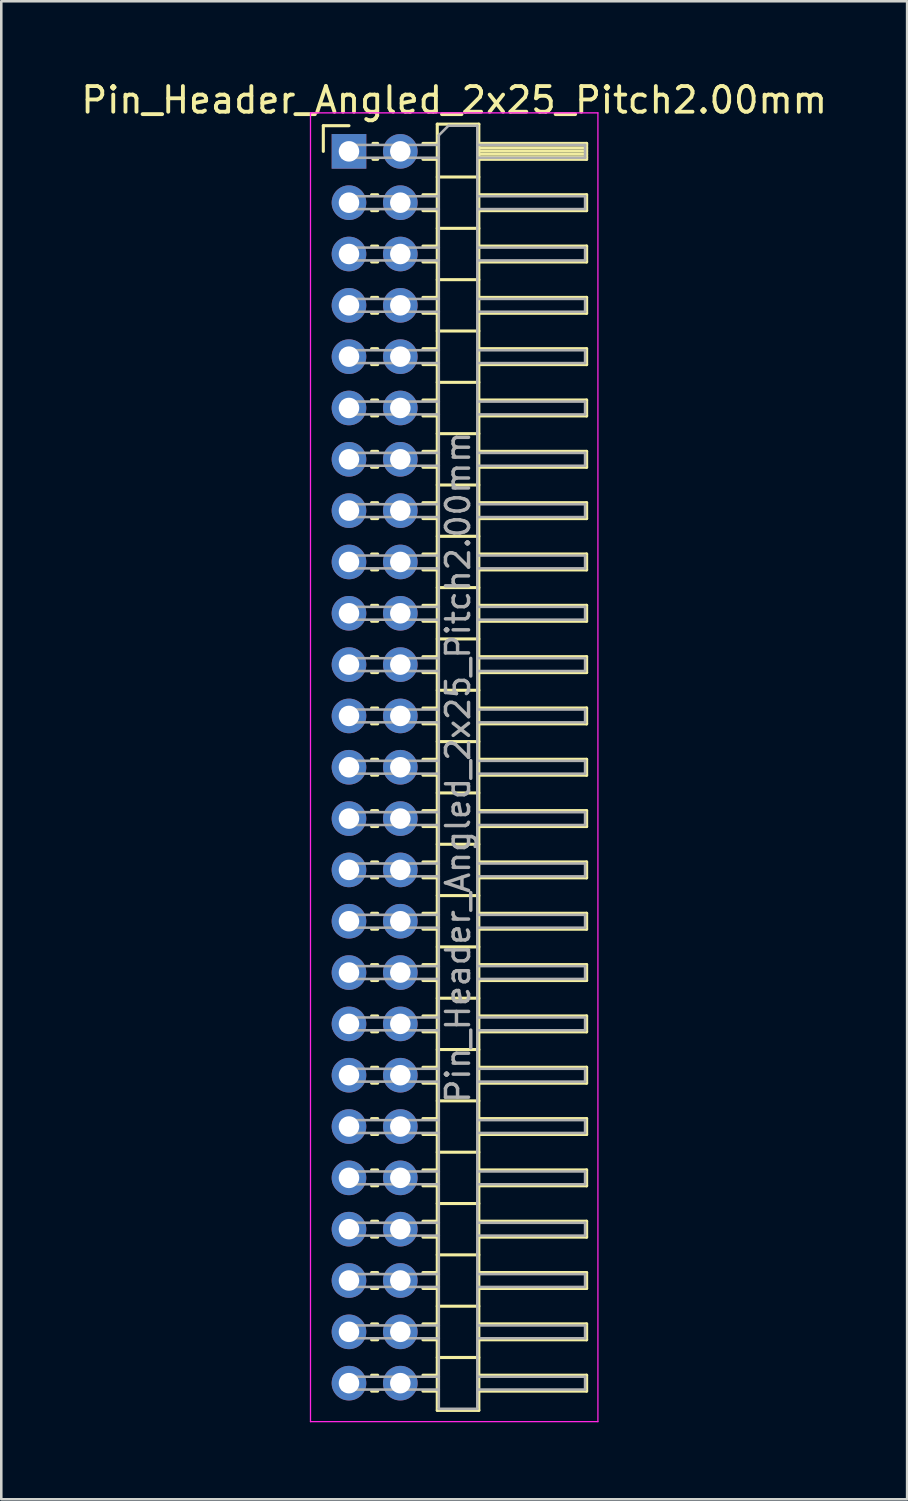
<source format=kicad_pcb>
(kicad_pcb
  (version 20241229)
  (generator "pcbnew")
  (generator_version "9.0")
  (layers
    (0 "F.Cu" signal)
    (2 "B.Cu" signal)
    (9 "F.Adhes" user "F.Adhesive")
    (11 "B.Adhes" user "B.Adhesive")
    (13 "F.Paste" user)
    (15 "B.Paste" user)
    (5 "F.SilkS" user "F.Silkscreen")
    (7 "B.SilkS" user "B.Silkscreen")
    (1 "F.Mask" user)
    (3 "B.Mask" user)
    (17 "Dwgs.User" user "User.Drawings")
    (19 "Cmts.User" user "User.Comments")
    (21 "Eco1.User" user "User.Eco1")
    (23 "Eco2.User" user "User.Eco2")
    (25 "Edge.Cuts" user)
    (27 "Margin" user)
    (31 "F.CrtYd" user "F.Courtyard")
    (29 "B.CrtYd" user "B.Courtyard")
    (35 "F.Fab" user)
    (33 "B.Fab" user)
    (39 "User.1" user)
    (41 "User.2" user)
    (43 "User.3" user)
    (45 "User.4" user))
  (footprint "Pin_Header_Angled_2x25_Pitch2.00mm"
    (layer "F.Cu")
    (at 10.549 2.848)
    (property "Reference" "Pin_Header_Angled_2x25_Pitch2.00mm" (at 4.1 -2 0) (layer "F.SilkS") (effects (font (size 1 1) (thickness 0.15))))
    (attr through_hole)
    (fp_line (start -1 -1) (end 0 -1) (stroke (width 0.12) (type solid)) (layer "F.SilkS"))
    (fp_line (start -1 0) (end -1 -1) (stroke (width 0.12) (type solid)) (layer "F.SilkS"))
    (fp_line (start 0.882 1.69) (end 1.118 1.69) (stroke (width 0.12) (type solid)) (layer "F.SilkS"))
    (fp_line (start 0.882 2.31) (end 1.118 2.31) (stroke (width 0.12) (type solid)) (layer "F.SilkS"))
    (fp_line (start 0.882 3.69) (end 1.118 3.69) (stroke (width 0.12) (type solid)) (layer "F.SilkS"))
    (fp_line (start 0.882 4.31) (end 1.118 4.31) (stroke (width 0.12) (type solid)) (layer "F.SilkS"))
    (fp_line (start 0.882 5.69) (end 1.118 5.69) (stroke (width 0.12) (type solid)) (layer "F.SilkS"))
    (fp_line (start 0.882 6.31) (end 1.118 6.31) (stroke (width 0.12) (type solid)) (layer "F.SilkS"))
    (fp_line (start 0.882 7.69) (end 1.118 7.69) (stroke (width 0.12) (type solid)) (layer "F.SilkS"))
    (fp_line (start 0.882 8.31) (end 1.118 8.31) (stroke (width 0.12) (type solid)) (layer "F.SilkS"))
    (fp_line (start 0.882 9.69) (end 1.118 9.69) (stroke (width 0.12) (type solid)) (layer "F.SilkS"))
    (fp_line (start 0.882 10.31) (end 1.118 10.31) (stroke (width 0.12) (type solid)) (layer "F.SilkS"))
    (fp_line (start 0.882 11.69) (end 1.118 11.69) (stroke (width 0.12) (type solid)) (layer "F.SilkS"))
    (fp_line (start 0.882 12.31) (end 1.118 12.31) (stroke (width 0.12) (type solid)) (layer "F.SilkS"))
    (fp_line (start 0.882 13.69) (end 1.118 13.69) (stroke (width 0.12) (type solid)) (layer "F.SilkS"))
    (fp_line (start 0.882 14.31) (end 1.118 14.31) (stroke (width 0.12) (type solid)) (layer "F.SilkS"))
    (fp_line (start 0.882 15.69) (end 1.118 15.69) (stroke (width 0.12) (type solid)) (layer "F.SilkS"))
    (fp_line (start 0.882 16.31) (end 1.118 16.31) (stroke (width 0.12) (type solid)) (layer "F.SilkS"))
    (fp_line (start 0.882 17.69) (end 1.118 17.69) (stroke (width 0.12) (type solid)) (layer "F.SilkS"))
    (fp_line (start 0.882 18.31) (end 1.118 18.31) (stroke (width 0.12) (type solid)) (layer "F.SilkS"))
    (fp_line (start 0.882 19.69) (end 1.118 19.69) (stroke (width 0.12) (type solid)) (layer "F.SilkS"))
    (fp_line (start 0.882 20.31) (end 1.118 20.31) (stroke (width 0.12) (type solid)) (layer "F.SilkS"))
    (fp_line (start 0.882 21.69) (end 1.118 21.69) (stroke (width 0.12) (type solid)) (layer "F.SilkS"))
    (fp_line (start 0.882 22.31) (end 1.118 22.31) (stroke (width 0.12) (type solid)) (layer "F.SilkS"))
    (fp_line (start 0.882 23.69) (end 1.118 23.69) (stroke (width 0.12) (type solid)) (layer "F.SilkS"))
    (fp_line (start 0.882 24.31) (end 1.118 24.31) (stroke (width 0.12) (type solid)) (layer "F.SilkS"))
    (fp_line (start 0.882 25.69) (end 1.118 25.69) (stroke (width 0.12) (type solid)) (layer "F.SilkS"))
    (fp_line (start 0.882 26.31) (end 1.118 26.31) (stroke (width 0.12) (type solid)) (layer "F.SilkS"))
    (fp_line (start 0.882 27.69) (end 1.118 27.69) (stroke (width 0.12) (type solid)) (layer "F.SilkS"))
    (fp_line (start 0.882 28.31) (end 1.118 28.31) (stroke (width 0.12) (type solid)) (layer "F.SilkS"))
    (fp_line (start 0.882 29.69) (end 1.118 29.69) (stroke (width 0.12) (type solid)) (layer "F.SilkS"))
    (fp_line (start 0.882 30.31) (end 1.118 30.31) (stroke (width 0.12) (type solid)) (layer "F.SilkS"))
    (fp_line (start 0.882 31.69) (end 1.118 31.69) (stroke (width 0.12) (type solid)) (layer "F.SilkS"))
    (fp_line (start 0.882 32.31) (end 1.118 32.31) (stroke (width 0.12) (type solid)) (layer "F.SilkS"))
    (fp_line (start 0.882 33.69) (end 1.118 33.69) (stroke (width 0.12) (type solid)) (layer "F.SilkS"))
    (fp_line (start 0.882 34.31) (end 1.118 34.31) (stroke (width 0.12) (type solid)) (layer "F.SilkS"))
    (fp_line (start 0.882 35.69) (end 1.118 35.69) (stroke (width 0.12) (type solid)) (layer "F.SilkS"))
    (fp_line (start 0.882 36.31) (end 1.118 36.31) (stroke (width 0.12) (type solid)) (layer "F.SilkS"))
    (fp_line (start 0.882 37.69) (end 1.118 37.69) (stroke (width 0.12) (type solid)) (layer "F.SilkS"))
    (fp_line (start 0.882 38.31) (end 1.118 38.31) (stroke (width 0.12) (type solid)) (layer "F.SilkS"))
    (fp_line (start 0.882 39.69) (end 1.118 39.69) (stroke (width 0.12) (type solid)) (layer "F.SilkS"))
    (fp_line (start 0.882 40.31) (end 1.118 40.31) (stroke (width 0.12) (type solid)) (layer "F.SilkS"))
    (fp_line (start 0.882 41.69) (end 1.118 41.69) (stroke (width 0.12) (type solid)) (layer "F.SilkS"))
    (fp_line (start 0.882 42.31) (end 1.118 42.31) (stroke (width 0.12) (type solid)) (layer "F.SilkS"))
    (fp_line (start 0.882 43.69) (end 1.118 43.69) (stroke (width 0.12) (type solid)) (layer "F.SilkS"))
    (fp_line (start 0.882 44.31) (end 1.118 44.31) (stroke (width 0.12) (type solid)) (layer "F.SilkS"))
    (fp_line (start 0.882 45.69) (end 1.118 45.69) (stroke (width 0.12) (type solid)) (layer "F.SilkS"))
    (fp_line (start 0.882 46.31) (end 1.118 46.31) (stroke (width 0.12) (type solid)) (layer "F.SilkS"))
    (fp_line (start 0.882 47.69) (end 1.118 47.69) (stroke (width 0.12) (type solid)) (layer "F.SilkS"))
    (fp_line (start 0.882 48.31) (end 1.118 48.31) (stroke (width 0.12) (type solid)) (layer "F.SilkS"))
    (fp_line (start 0.935 -0.31) (end 1.118 -0.31) (stroke (width 0.12) (type solid)) (layer "F.SilkS"))
    (fp_line (start 0.935 0.31) (end 1.118 0.31) (stroke (width 0.12) (type solid)) (layer "F.SilkS"))
    (fp_line (start 2.882 -0.31) (end 3.44 -0.31) (stroke (width 0.12) (type solid)) (layer "F.SilkS"))
    (fp_line (start 2.882 0.31) (end 3.44 0.31) (stroke (width 0.12) (type solid)) (layer "F.SilkS"))
    (fp_line (start 2.882 1.69) (end 3.44 1.69) (stroke (width 0.12) (type solid)) (layer "F.SilkS"))
    (fp_line (start 2.882 2.31) (end 3.44 2.31) (stroke (width 0.12) (type solid)) (layer "F.SilkS"))
    (fp_line (start 2.882 3.69) (end 3.44 3.69) (stroke (width 0.12) (type solid)) (layer "F.SilkS"))
    (fp_line (start 2.882 4.31) (end 3.44 4.31) (stroke (width 0.12) (type solid)) (layer "F.SilkS"))
    (fp_line (start 2.882 5.69) (end 3.44 5.69) (stroke (width 0.12) (type solid)) (layer "F.SilkS"))
    (fp_line (start 2.882 6.31) (end 3.44 6.31) (stroke (width 0.12) (type solid)) (layer "F.SilkS"))
    (fp_line (start 2.882 7.69) (end 3.44 7.69) (stroke (width 0.12) (type solid)) (layer "F.SilkS"))
    (fp_line (start 2.882 8.31) (end 3.44 8.31) (stroke (width 0.12) (type solid)) (layer "F.SilkS"))
    (fp_line (start 2.882 9.69) (end 3.44 9.69) (stroke (width 0.12) (type solid)) (layer "F.SilkS"))
    (fp_line (start 2.882 10.31) (end 3.44 10.31) (stroke (width 0.12) (type solid)) (layer "F.SilkS"))
    (fp_line (start 2.882 11.69) (end 3.44 11.69) (stroke (width 0.12) (type solid)) (layer "F.SilkS"))
    (fp_line (start 2.882 12.31) (end 3.44 12.31) (stroke (width 0.12) (type solid)) (layer "F.SilkS"))
    (fp_line (start 2.882 13.69) (end 3.44 13.69) (stroke (width 0.12) (type solid)) (layer "F.SilkS"))
    (fp_line (start 2.882 14.31) (end 3.44 14.31) (stroke (width 0.12) (type solid)) (layer "F.SilkS"))
    (fp_line (start 2.882 15.69) (end 3.44 15.69) (stroke (width 0.12) (type solid)) (layer "F.SilkS"))
    (fp_line (start 2.882 16.31) (end 3.44 16.31) (stroke (width 0.12) (type solid)) (layer "F.SilkS"))
    (fp_line (start 2.882 17.69) (end 3.44 17.69) (stroke (width 0.12) (type solid)) (layer "F.SilkS"))
    (fp_line (start 2.882 18.31) (end 3.44 18.31) (stroke (width 0.12) (type solid)) (layer "F.SilkS"))
    (fp_line (start 2.882 19.69) (end 3.44 19.69) (stroke (width 0.12) (type solid)) (layer "F.SilkS"))
    (fp_line (start 2.882 20.31) (end 3.44 20.31) (stroke (width 0.12) (type solid)) (layer "F.SilkS"))
    (fp_line (start 2.882 21.69) (end 3.44 21.69) (stroke (width 0.12) (type solid)) (layer "F.SilkS"))
    (fp_line (start 2.882 22.31) (end 3.44 22.31) (stroke (width 0.12) (type solid)) (layer "F.SilkS"))
    (fp_line (start 2.882 23.69) (end 3.44 23.69) (stroke (width 0.12) (type solid)) (layer "F.SilkS"))
    (fp_line (start 2.882 24.31) (end 3.44 24.31) (stroke (width 0.12) (type solid)) (layer "F.SilkS"))
    (fp_line (start 2.882 25.69) (end 3.44 25.69) (stroke (width 0.12) (type solid)) (layer "F.SilkS"))
    (fp_line (start 2.882 26.31) (end 3.44 26.31) (stroke (width 0.12) (type solid)) (layer "F.SilkS"))
    (fp_line (start 2.882 27.69) (end 3.44 27.69) (stroke (width 0.12) (type solid)) (layer "F.SilkS"))
    (fp_line (start 2.882 28.31) (end 3.44 28.31) (stroke (width 0.12) (type solid)) (layer "F.SilkS"))
    (fp_line (start 2.882 29.69) (end 3.44 29.69) (stroke (width 0.12) (type solid)) (layer "F.SilkS"))
    (fp_line (start 2.882 30.31) (end 3.44 30.31) (stroke (width 0.12) (type solid)) (layer "F.SilkS"))
    (fp_line (start 2.882 31.69) (end 3.44 31.69) (stroke (width 0.12) (type solid)) (layer "F.SilkS"))
    (fp_line (start 2.882 32.31) (end 3.44 32.31) (stroke (width 0.12) (type solid)) (layer "F.SilkS"))
    (fp_line (start 2.882 33.69) (end 3.44 33.69) (stroke (width 0.12) (type solid)) (layer "F.SilkS"))
    (fp_line (start 2.882 34.31) (end 3.44 34.31) (stroke (width 0.12) (type solid)) (layer "F.SilkS"))
    (fp_line (start 2.882 35.69) (end 3.44 35.69) (stroke (width 0.12) (type solid)) (layer "F.SilkS"))
    (fp_line (start 2.882 36.31) (end 3.44 36.31) (stroke (width 0.12) (type solid)) (layer "F.SilkS"))
    (fp_line (start 2.882 37.69) (end 3.44 37.69) (stroke (width 0.12) (type solid)) (layer "F.SilkS"))
    (fp_line (start 2.882 38.31) (end 3.44 38.31) (stroke (width 0.12) (type solid)) (layer "F.SilkS"))
    (fp_line (start 2.882 39.69) (end 3.44 39.69) (stroke (width 0.12) (type solid)) (layer "F.SilkS"))
    (fp_line (start 2.882 40.31) (end 3.44 40.31) (stroke (width 0.12) (type solid)) (layer "F.SilkS"))
    (fp_line (start 2.882 41.69) (end 3.44 41.69) (stroke (width 0.12) (type solid)) (layer "F.SilkS"))
    (fp_line (start 2.882 42.31) (end 3.44 42.31) (stroke (width 0.12) (type solid)) (layer "F.SilkS"))
    (fp_line (start 2.882 43.69) (end 3.44 43.69) (stroke (width 0.12) (type solid)) (layer "F.SilkS"))
    (fp_line (start 2.882 44.31) (end 3.44 44.31) (stroke (width 0.12) (type solid)) (layer "F.SilkS"))
    (fp_line (start 2.882 45.69) (end 3.44 45.69) (stroke (width 0.12) (type solid)) (layer "F.SilkS"))
    (fp_line (start 2.882 46.31) (end 3.44 46.31) (stroke (width 0.12) (type solid)) (layer "F.SilkS"))
    (fp_line (start 2.882 47.69) (end 3.44 47.69) (stroke (width 0.12) (type solid)) (layer "F.SilkS"))
    (fp_line (start 2.882 48.31) (end 3.44 48.31) (stroke (width 0.12) (type solid)) (layer "F.SilkS"))
    (fp_line (start 3.44 -1.06) (end 3.44 49.06) (stroke (width 0.12) (type solid)) (layer "F.SilkS"))
    (fp_line (start 3.44 1) (end 5.06 1) (stroke (width 0.12) (type solid)) (layer "F.SilkS"))
    (fp_line (start 3.44 3) (end 5.06 3) (stroke (width 0.12) (type solid)) (layer "F.SilkS"))
    (fp_line (start 3.44 5) (end 5.06 5) (stroke (width 0.12) (type solid)) (layer "F.SilkS"))
    (fp_line (start 3.44 7) (end 5.06 7) (stroke (width 0.12) (type solid)) (layer "F.SilkS"))
    (fp_line (start 3.44 9) (end 5.06 9) (stroke (width 0.12) (type solid)) (layer "F.SilkS"))
    (fp_line (start 3.44 11) (end 5.06 11) (stroke (width 0.12) (type solid)) (layer "F.SilkS"))
    (fp_line (start 3.44 13) (end 5.06 13) (stroke (width 0.12) (type solid)) (layer "F.SilkS"))
    (fp_line (start 3.44 15) (end 5.06 15) (stroke (width 0.12) (type solid)) (layer "F.SilkS"))
    (fp_line (start 3.44 17) (end 5.06 17) (stroke (width 0.12) (type solid)) (layer "F.SilkS"))
    (fp_line (start 3.44 19) (end 5.06 19) (stroke (width 0.12) (type solid)) (layer "F.SilkS"))
    (fp_line (start 3.44 21) (end 5.06 21) (stroke (width 0.12) (type solid)) (layer "F.SilkS"))
    (fp_line (start 3.44 23) (end 5.06 23) (stroke (width 0.12) (type solid)) (layer "F.SilkS"))
    (fp_line (start 3.44 25) (end 5.06 25) (stroke (width 0.12) (type solid)) (layer "F.SilkS"))
    (fp_line (start 3.44 27) (end 5.06 27) (stroke (width 0.12) (type solid)) (layer "F.SilkS"))
    (fp_line (start 3.44 29) (end 5.06 29) (stroke (width 0.12) (type solid)) (layer "F.SilkS"))
    (fp_line (start 3.44 31) (end 5.06 31) (stroke (width 0.12) (type solid)) (layer "F.SilkS"))
    (fp_line (start 3.44 33) (end 5.06 33) (stroke (width 0.12) (type solid)) (layer "F.SilkS"))
    (fp_line (start 3.44 35) (end 5.06 35) (stroke (width 0.12) (type solid)) (layer "F.SilkS"))
    (fp_line (start 3.44 37) (end 5.06 37) (stroke (width 0.12) (type solid)) (layer "F.SilkS"))
    (fp_line (start 3.44 39) (end 5.06 39) (stroke (width 0.12) (type solid)) (layer "F.SilkS"))
    (fp_line (start 3.44 41) (end 5.06 41) (stroke (width 0.12) (type solid)) (layer "F.SilkS"))
    (fp_line (start 3.44 43) (end 5.06 43) (stroke (width 0.12) (type solid)) (layer "F.SilkS"))
    (fp_line (start 3.44 45) (end 5.06 45) (stroke (width 0.12) (type solid)) (layer "F.SilkS"))
    (fp_line (start 3.44 47) (end 5.06 47) (stroke (width 0.12) (type solid)) (layer "F.SilkS"))
    (fp_line (start 3.44 49.06) (end 5.06 49.06) (stroke (width 0.12) (type solid)) (layer "F.SilkS"))
    (fp_line (start 5.06 -1.06) (end 3.44 -1.06) (stroke (width 0.12) (type solid)) (layer "F.SilkS"))
    (fp_line (start 5.06 -0.31) (end 9.26 -0.31) (stroke (width 0.12) (type solid)) (layer "F.SilkS"))
    (fp_line (start 5.06 -0.25) (end 9.26 -0.25) (stroke (width 0.12) (type solid)) (layer "F.SilkS"))
    (fp_line (start 5.06 -0.13) (end 9.26 -0.13) (stroke (width 0.12) (type solid)) (layer "F.SilkS"))
    (fp_line (start 5.06 -0.01) (end 9.26 -0.01) (stroke (width 0.12) (type solid)) (layer "F.SilkS"))
    (fp_line (start 5.06 0.11) (end 9.26 0.11) (stroke (width 0.12) (type solid)) (layer "F.SilkS"))
    (fp_line (start 5.06 0.23) (end 9.26 0.23) (stroke (width 0.12) (type solid)) (layer "F.SilkS"))
    (fp_line (start 5.06 1.69) (end 9.26 1.69) (stroke (width 0.12) (type solid)) (layer "F.SilkS"))
    (fp_line (start 5.06 3.69) (end 9.26 3.69) (stroke (width 0.12) (type solid)) (layer "F.SilkS"))
    (fp_line (start 5.06 5.69) (end 9.26 5.69) (stroke (width 0.12) (type solid)) (layer "F.SilkS"))
    (fp_line (start 5.06 7.69) (end 9.26 7.69) (stroke (width 0.12) (type solid)) (layer "F.SilkS"))
    (fp_line (start 5.06 9.69) (end 9.26 9.69) (stroke (width 0.12) (type solid)) (layer "F.SilkS"))
    (fp_line (start 5.06 11.69) (end 9.26 11.69) (stroke (width 0.12) (type solid)) (layer "F.SilkS"))
    (fp_line (start 5.06 13.69) (end 9.26 13.69) (stroke (width 0.12) (type solid)) (layer "F.SilkS"))
    (fp_line (start 5.06 15.69) (end 9.26 15.69) (stroke (width 0.12) (type solid)) (layer "F.SilkS"))
    (fp_line (start 5.06 17.69) (end 9.26 17.69) (stroke (width 0.12) (type solid)) (layer "F.SilkS"))
    (fp_line (start 5.06 19.69) (end 9.26 19.69) (stroke (width 0.12) (type solid)) (layer "F.SilkS"))
    (fp_line (start 5.06 21.69) (end 9.26 21.69) (stroke (width 0.12) (type solid)) (layer "F.SilkS"))
    (fp_line (start 5.06 23.69) (end 9.26 23.69) (stroke (width 0.12) (type solid)) (layer "F.SilkS"))
    (fp_line (start 5.06 25.69) (end 9.26 25.69) (stroke (width 0.12) (type solid)) (layer "F.SilkS"))
    (fp_line (start 5.06 27.69) (end 9.26 27.69) (stroke (width 0.12) (type solid)) (layer "F.SilkS"))
    (fp_line (start 5.06 29.69) (end 9.26 29.69) (stroke (width 0.12) (type solid)) (layer "F.SilkS"))
    (fp_line (start 5.06 31.69) (end 9.26 31.69) (stroke (width 0.12) (type solid)) (layer "F.SilkS"))
    (fp_line (start 5.06 33.69) (end 9.26 33.69) (stroke (width 0.12) (type solid)) (layer "F.SilkS"))
    (fp_line (start 5.06 35.69) (end 9.26 35.69) (stroke (width 0.12) (type solid)) (layer "F.SilkS"))
    (fp_line (start 5.06 37.69) (end 9.26 37.69) (stroke (width 0.12) (type solid)) (layer "F.SilkS"))
    (fp_line (start 5.06 39.69) (end 9.26 39.69) (stroke (width 0.12) (type solid)) (layer "F.SilkS"))
    (fp_line (start 5.06 41.69) (end 9.26 41.69) (stroke (width 0.12) (type solid)) (layer "F.SilkS"))
    (fp_line (start 5.06 43.69) (end 9.26 43.69) (stroke (width 0.12) (type solid)) (layer "F.SilkS"))
    (fp_line (start 5.06 45.69) (end 9.26 45.69) (stroke (width 0.12) (type solid)) (layer "F.SilkS"))
    (fp_line (start 5.06 47.69) (end 9.26 47.69) (stroke (width 0.12) (type solid)) (layer "F.SilkS"))
    (fp_line (start 5.06 49.06) (end 5.06 -1.06) (stroke (width 0.12) (type solid)) (layer "F.SilkS"))
    (fp_line (start 9.26 -0.31) (end 9.26 0.31) (stroke (width 0.12) (type solid)) (layer "F.SilkS"))
    (fp_line (start 9.26 0.31) (end 5.06 0.31) (stroke (width 0.12) (type solid)) (layer "F.SilkS"))
    (fp_line (start 9.26 1.69) (end 9.26 2.31) (stroke (width 0.12) (type solid)) (layer "F.SilkS"))
    (fp_line (start 9.26 2.31) (end 5.06 2.31) (stroke (width 0.12) (type solid)) (layer "F.SilkS"))
    (fp_line (start 9.26 3.69) (end 9.26 4.31) (stroke (width 0.12) (type solid)) (layer "F.SilkS"))
    (fp_line (start 9.26 4.31) (end 5.06 4.31) (stroke (width 0.12) (type solid)) (layer "F.SilkS"))
    (fp_line (start 9.26 5.69) (end 9.26 6.31) (stroke (width 0.12) (type solid)) (layer "F.SilkS"))
    (fp_line (start 9.26 6.31) (end 5.06 6.31) (stroke (width 0.12) (type solid)) (layer "F.SilkS"))
    (fp_line (start 9.26 7.69) (end 9.26 8.31) (stroke (width 0.12) (type solid)) (layer "F.SilkS"))
    (fp_line (start 9.26 8.31) (end 5.06 8.31) (stroke (width 0.12) (type solid)) (layer "F.SilkS"))
    (fp_line (start 9.26 9.69) (end 9.26 10.31) (stroke (width 0.12) (type solid)) (layer "F.SilkS"))
    (fp_line (start 9.26 10.31) (end 5.06 10.31) (stroke (width 0.12) (type solid)) (layer "F.SilkS"))
    (fp_line (start 9.26 11.69) (end 9.26 12.31) (stroke (width 0.12) (type solid)) (layer "F.SilkS"))
    (fp_line (start 9.26 12.31) (end 5.06 12.31) (stroke (width 0.12) (type solid)) (layer "F.SilkS"))
    (fp_line (start 9.26 13.69) (end 9.26 14.31) (stroke (width 0.12) (type solid)) (layer "F.SilkS"))
    (fp_line (start 9.26 14.31) (end 5.06 14.31) (stroke (width 0.12) (type solid)) (layer "F.SilkS"))
    (fp_line (start 9.26 15.69) (end 9.26 16.31) (stroke (width 0.12) (type solid)) (layer "F.SilkS"))
    (fp_line (start 9.26 16.31) (end 5.06 16.31) (stroke (width 0.12) (type solid)) (layer "F.SilkS"))
    (fp_line (start 9.26 17.69) (end 9.26 18.31) (stroke (width 0.12) (type solid)) (layer "F.SilkS"))
    (fp_line (start 9.26 18.31) (end 5.06 18.31) (stroke (width 0.12) (type solid)) (layer "F.SilkS"))
    (fp_line (start 9.26 19.69) (end 9.26 20.31) (stroke (width 0.12) (type solid)) (layer "F.SilkS"))
    (fp_line (start 9.26 20.31) (end 5.06 20.31) (stroke (width 0.12) (type solid)) (layer "F.SilkS"))
    (fp_line (start 9.26 21.69) (end 9.26 22.31) (stroke (width 0.12) (type solid)) (layer "F.SilkS"))
    (fp_line (start 9.26 22.31) (end 5.06 22.31) (stroke (width 0.12) (type solid)) (layer "F.SilkS"))
    (fp_line (start 9.26 23.69) (end 9.26 24.31) (stroke (width 0.12) (type solid)) (layer "F.SilkS"))
    (fp_line (start 9.26 24.31) (end 5.06 24.31) (stroke (width 0.12) (type solid)) (layer "F.SilkS"))
    (fp_line (start 9.26 25.69) (end 9.26 26.31) (stroke (width 0.12) (type solid)) (layer "F.SilkS"))
    (fp_line (start 9.26 26.31) (end 5.06 26.31) (stroke (width 0.12) (type solid)) (layer "F.SilkS"))
    (fp_line (start 9.26 27.69) (end 9.26 28.31) (stroke (width 0.12) (type solid)) (layer "F.SilkS"))
    (fp_line (start 9.26 28.31) (end 5.06 28.31) (stroke (width 0.12) (type solid)) (layer "F.SilkS"))
    (fp_line (start 9.26 29.69) (end 9.26 30.31) (stroke (width 0.12) (type solid)) (layer "F.SilkS"))
    (fp_line (start 9.26 30.31) (end 5.06 30.31) (stroke (width 0.12) (type solid)) (layer "F.SilkS"))
    (fp_line (start 9.26 31.69) (end 9.26 32.31) (stroke (width 0.12) (type solid)) (layer "F.SilkS"))
    (fp_line (start 9.26 32.31) (end 5.06 32.31) (stroke (width 0.12) (type solid)) (layer "F.SilkS"))
    (fp_line (start 9.26 33.69) (end 9.26 34.31) (stroke (width 0.12) (type solid)) (layer "F.SilkS"))
    (fp_line (start 9.26 34.31) (end 5.06 34.31) (stroke (width 0.12) (type solid)) (layer "F.SilkS"))
    (fp_line (start 9.26 35.69) (end 9.26 36.31) (stroke (width 0.12) (type solid)) (layer "F.SilkS"))
    (fp_line (start 9.26 36.31) (end 5.06 36.31) (stroke (width 0.12) (type solid)) (layer "F.SilkS"))
    (fp_line (start 9.26 37.69) (end 9.26 38.31) (stroke (width 0.12) (type solid)) (layer "F.SilkS"))
    (fp_line (start 9.26 38.31) (end 5.06 38.31) (stroke (width 0.12) (type solid)) (layer "F.SilkS"))
    (fp_line (start 9.26 39.69) (end 9.26 40.31) (stroke (width 0.12) (type solid)) (layer "F.SilkS"))
    (fp_line (start 9.26 40.31) (end 5.06 40.31) (stroke (width 0.12) (type solid)) (layer "F.SilkS"))
    (fp_line (start 9.26 41.69) (end 9.26 42.31) (stroke (width 0.12) (type solid)) (layer "F.SilkS"))
    (fp_line (start 9.26 42.31) (end 5.06 42.31) (stroke (width 0.12) (type solid)) (layer "F.SilkS"))
    (fp_line (start 9.26 43.69) (end 9.26 44.31) (stroke (width 0.12) (type solid)) (layer "F.SilkS"))
    (fp_line (start 9.26 44.31) (end 5.06 44.31) (stroke (width 0.12) (type solid)) (layer "F.SilkS"))
    (fp_line (start 9.26 45.69) (end 9.26 46.31) (stroke (width 0.12) (type solid)) (layer "F.SilkS"))
    (fp_line (start 9.26 46.31) (end 5.06 46.31) (stroke (width 0.12) (type solid)) (layer "F.SilkS"))
    (fp_line (start 9.26 47.69) (end 9.26 48.31) (stroke (width 0.12) (type solid)) (layer "F.SilkS"))
    (fp_line (start 9.26 48.31) (end 5.06 48.31) (stroke (width 0.12) (type solid)) (layer "F.SilkS"))
    (fp_line (start -1.5 -1.5) (end -1.5 49.5) (stroke (width 0.05) (type solid)) (layer "F.CrtYd"))
    (fp_line (start -1.5 49.5) (end 9.7 49.5) (stroke (width 0.05) (type solid)) (layer "F.CrtYd"))
    (fp_line (start 9.7 -1.5) (end -1.5 -1.5) (stroke (width 0.05) (type solid)) (layer "F.CrtYd"))
    (fp_line (start 9.7 49.5) (end 9.7 -1.5) (stroke (width 0.05) (type solid)) (layer "F.CrtYd"))
    (fp_line (start -0.25 -0.25) (end -0.25 0.25) (stroke (width 0.1) (type solid)) (layer "F.Fab"))
    (fp_line (start -0.25 -0.25) (end 3.5 -0.25) (stroke (width 0.1) (type solid)) (layer "F.Fab"))
    (fp_line (start -0.25 0.25) (end 3.5 0.25) (stroke (width 0.1) (type solid)) (layer "F.Fab"))
    (fp_line (start -0.25 1.75) (end -0.25 2.25) (stroke (width 0.1) (type solid)) (layer "F.Fab"))
    (fp_line (start -0.25 1.75) (end 3.5 1.75) (stroke (width 0.1) (type solid)) (layer "F.Fab"))
    (fp_line (start -0.25 2.25) (end 3.5 2.25) (stroke (width 0.1) (type solid)) (layer "F.Fab"))
    (fp_line (start -0.25 3.75) (end -0.25 4.25) (stroke (width 0.1) (type solid)) (layer "F.Fab"))
    (fp_line (start -0.25 3.75) (end 3.5 3.75) (stroke (width 0.1) (type solid)) (layer "F.Fab"))
    (fp_line (start -0.25 4.25) (end 3.5 4.25) (stroke (width 0.1) (type solid)) (layer "F.Fab"))
    (fp_line (start -0.25 5.75) (end -0.25 6.25) (stroke (width 0.1) (type solid)) (layer "F.Fab"))
    (fp_line (start -0.25 5.75) (end 3.5 5.75) (stroke (width 0.1) (type solid)) (layer "F.Fab"))
    (fp_line (start -0.25 6.25) (end 3.5 6.25) (stroke (width 0.1) (type solid)) (layer "F.Fab"))
    (fp_line (start -0.25 7.75) (end -0.25 8.25) (stroke (width 0.1) (type solid)) (layer "F.Fab"))
    (fp_line (start -0.25 7.75) (end 3.5 7.75) (stroke (width 0.1) (type solid)) (layer "F.Fab"))
    (fp_line (start -0.25 8.25) (end 3.5 8.25) (stroke (width 0.1) (type solid)) (layer "F.Fab"))
    (fp_line (start -0.25 9.75) (end -0.25 10.25) (stroke (width 0.1) (type solid)) (layer "F.Fab"))
    (fp_line (start -0.25 9.75) (end 3.5 9.75) (stroke (width 0.1) (type solid)) (layer "F.Fab"))
    (fp_line (start -0.25 10.25) (end 3.5 10.25) (stroke (width 0.1) (type solid)) (layer "F.Fab"))
    (fp_line (start -0.25 11.75) (end -0.25 12.25) (stroke (width 0.1) (type solid)) (layer "F.Fab"))
    (fp_line (start -0.25 11.75) (end 3.5 11.75) (stroke (width 0.1) (type solid)) (layer "F.Fab"))
    (fp_line (start -0.25 12.25) (end 3.5 12.25) (stroke (width 0.1) (type solid)) (layer "F.Fab"))
    (fp_line (start -0.25 13.75) (end -0.25 14.25) (stroke (width 0.1) (type solid)) (layer "F.Fab"))
    (fp_line (start -0.25 13.75) (end 3.5 13.75) (stroke (width 0.1) (type solid)) (layer "F.Fab"))
    (fp_line (start -0.25 14.25) (end 3.5 14.25) (stroke (width 0.1) (type solid)) (layer "F.Fab"))
    (fp_line (start -0.25 15.75) (end -0.25 16.25) (stroke (width 0.1) (type solid)) (layer "F.Fab"))
    (fp_line (start -0.25 15.75) (end 3.5 15.75) (stroke (width 0.1) (type solid)) (layer "F.Fab"))
    (fp_line (start -0.25 16.25) (end 3.5 16.25) (stroke (width 0.1) (type solid)) (layer "F.Fab"))
    (fp_line (start -0.25 17.75) (end -0.25 18.25) (stroke (width 0.1) (type solid)) (layer "F.Fab"))
    (fp_line (start -0.25 17.75) (end 3.5 17.75) (stroke (width 0.1) (type solid)) (layer "F.Fab"))
    (fp_line (start -0.25 18.25) (end 3.5 18.25) (stroke (width 0.1) (type solid)) (layer "F.Fab"))
    (fp_line (start -0.25 19.75) (end -0.25 20.25) (stroke (width 0.1) (type solid)) (layer "F.Fab"))
    (fp_line (start -0.25 19.75) (end 3.5 19.75) (stroke (width 0.1) (type solid)) (layer "F.Fab"))
    (fp_line (start -0.25 20.25) (end 3.5 20.25) (stroke (width 0.1) (type solid)) (layer "F.Fab"))
    (fp_line (start -0.25 21.75) (end -0.25 22.25) (stroke (width 0.1) (type solid)) (layer "F.Fab"))
    (fp_line (start -0.25 21.75) (end 3.5 21.75) (stroke (width 0.1) (type solid)) (layer "F.Fab"))
    (fp_line (start -0.25 22.25) (end 3.5 22.25) (stroke (width 0.1) (type solid)) (layer "F.Fab"))
    (fp_line (start -0.25 23.75) (end -0.25 24.25) (stroke (width 0.1) (type solid)) (layer "F.Fab"))
    (fp_line (start -0.25 23.75) (end 3.5 23.75) (stroke (width 0.1) (type solid)) (layer "F.Fab"))
    (fp_line (start -0.25 24.25) (end 3.5 24.25) (stroke (width 0.1) (type solid)) (layer "F.Fab"))
    (fp_line (start -0.25 25.75) (end -0.25 26.25) (stroke (width 0.1) (type solid)) (layer "F.Fab"))
    (fp_line (start -0.25 25.75) (end 3.5 25.75) (stroke (width 0.1) (type solid)) (layer "F.Fab"))
    (fp_line (start -0.25 26.25) (end 3.5 26.25) (stroke (width 0.1) (type solid)) (layer "F.Fab"))
    (fp_line (start -0.25 27.75) (end -0.25 28.25) (stroke (width 0.1) (type solid)) (layer "F.Fab"))
    (fp_line (start -0.25 27.75) (end 3.5 27.75) (stroke (width 0.1) (type solid)) (layer "F.Fab"))
    (fp_line (start -0.25 28.25) (end 3.5 28.25) (stroke (width 0.1) (type solid)) (layer "F.Fab"))
    (fp_line (start -0.25 29.75) (end -0.25 30.25) (stroke (width 0.1) (type solid)) (layer "F.Fab"))
    (fp_line (start -0.25 29.75) (end 3.5 29.75) (stroke (width 0.1) (type solid)) (layer "F.Fab"))
    (fp_line (start -0.25 30.25) (end 3.5 30.25) (stroke (width 0.1) (type solid)) (layer "F.Fab"))
    (fp_line (start -0.25 31.75) (end -0.25 32.25) (stroke (width 0.1) (type solid)) (layer "F.Fab"))
    (fp_line (start -0.25 31.75) (end 3.5 31.75) (stroke (width 0.1) (type solid)) (layer "F.Fab"))
    (fp_line (start -0.25 32.25) (end 3.5 32.25) (stroke (width 0.1) (type solid)) (layer "F.Fab"))
    (fp_line (start -0.25 33.75) (end -0.25 34.25) (stroke (width 0.1) (type solid)) (layer "F.Fab"))
    (fp_line (start -0.25 33.75) (end 3.5 33.75) (stroke (width 0.1) (type solid)) (layer "F.Fab"))
    (fp_line (start -0.25 34.25) (end 3.5 34.25) (stroke (width 0.1) (type solid)) (layer "F.Fab"))
    (fp_line (start -0.25 35.75) (end -0.25 36.25) (stroke (width 0.1) (type solid)) (layer "F.Fab"))
    (fp_line (start -0.25 35.75) (end 3.5 35.75) (stroke (width 0.1) (type solid)) (layer "F.Fab"))
    (fp_line (start -0.25 36.25) (end 3.5 36.25) (stroke (width 0.1) (type solid)) (layer "F.Fab"))
    (fp_line (start -0.25 37.75) (end -0.25 38.25) (stroke (width 0.1) (type solid)) (layer "F.Fab"))
    (fp_line (start -0.25 37.75) (end 3.5 37.75) (stroke (width 0.1) (type solid)) (layer "F.Fab"))
    (fp_line (start -0.25 38.25) (end 3.5 38.25) (stroke (width 0.1) (type solid)) (layer "F.Fab"))
    (fp_line (start -0.25 39.75) (end -0.25 40.25) (stroke (width 0.1) (type solid)) (layer "F.Fab"))
    (fp_line (start -0.25 39.75) (end 3.5 39.75) (stroke (width 0.1) (type solid)) (layer "F.Fab"))
    (fp_line (start -0.25 40.25) (end 3.5 40.25) (stroke (width 0.1) (type solid)) (layer "F.Fab"))
    (fp_line (start -0.25 41.75) (end -0.25 42.25) (stroke (width 0.1) (type solid)) (layer "F.Fab"))
    (fp_line (start -0.25 41.75) (end 3.5 41.75) (stroke (width 0.1) (type solid)) (layer "F.Fab"))
    (fp_line (start -0.25 42.25) (end 3.5 42.25) (stroke (width 0.1) (type solid)) (layer "F.Fab"))
    (fp_line (start -0.25 43.75) (end -0.25 44.25) (stroke (width 0.1) (type solid)) (layer "F.Fab"))
    (fp_line (start -0.25 43.75) (end 3.5 43.75) (stroke (width 0.1) (type solid)) (layer "F.Fab"))
    (fp_line (start -0.25 44.25) (end 3.5 44.25) (stroke (width 0.1) (type solid)) (layer "F.Fab"))
    (fp_line (start -0.25 45.75) (end -0.25 46.25) (stroke (width 0.1) (type solid)) (layer "F.Fab"))
    (fp_line (start -0.25 45.75) (end 3.5 45.75) (stroke (width 0.1) (type solid)) (layer "F.Fab"))
    (fp_line (start -0.25 46.25) (end 3.5 46.25) (stroke (width 0.1) (type solid)) (layer "F.Fab"))
    (fp_line (start -0.25 47.75) (end -0.25 48.25) (stroke (width 0.1) (type solid)) (layer "F.Fab"))
    (fp_line (start -0.25 47.75) (end 3.5 47.75) (stroke (width 0.1) (type solid)) (layer "F.Fab"))
    (fp_line (start -0.25 48.25) (end 3.5 48.25) (stroke (width 0.1) (type solid)) (layer "F.Fab"))
    (fp_line (start 3.5 -0.625) (end 3.875 -1) (stroke (width 0.1) (type solid)) (layer "F.Fab"))
    (fp_line (start 3.5 49) (end 3.5 -0.625) (stroke (width 0.1) (type solid)) (layer "F.Fab"))
    (fp_line (start 3.875 -1) (end 5 -1) (stroke (width 0.1) (type solid)) (layer "F.Fab"))
    (fp_line (start 5 -1) (end 5 49) (stroke (width 0.1) (type solid)) (layer "F.Fab"))
    (fp_line (start 5 -0.25) (end 9.2 -0.25) (stroke (width 0.1) (type solid)) (layer "F.Fab"))
    (fp_line (start 5 0.25) (end 9.2 0.25) (stroke (width 0.1) (type solid)) (layer "F.Fab"))
    (fp_line (start 5 1.75) (end 9.2 1.75) (stroke (width 0.1) (type solid)) (layer "F.Fab"))
    (fp_line (start 5 2.25) (end 9.2 2.25) (stroke (width 0.1) (type solid)) (layer "F.Fab"))
    (fp_line (start 5 3.75) (end 9.2 3.75) (stroke (width 0.1) (type solid)) (layer "F.Fab"))
    (fp_line (start 5 4.25) (end 9.2 4.25) (stroke (width 0.1) (type solid)) (layer "F.Fab"))
    (fp_line (start 5 5.75) (end 9.2 5.75) (stroke (width 0.1) (type solid)) (layer "F.Fab"))
    (fp_line (start 5 6.25) (end 9.2 6.25) (stroke (width 0.1) (type solid)) (layer "F.Fab"))
    (fp_line (start 5 7.75) (end 9.2 7.75) (stroke (width 0.1) (type solid)) (layer "F.Fab"))
    (fp_line (start 5 8.25) (end 9.2 8.25) (stroke (width 0.1) (type solid)) (layer "F.Fab"))
    (fp_line (start 5 9.75) (end 9.2 9.75) (stroke (width 0.1) (type solid)) (layer "F.Fab"))
    (fp_line (start 5 10.25) (end 9.2 10.25) (stroke (width 0.1) (type solid)) (layer "F.Fab"))
    (fp_line (start 5 11.75) (end 9.2 11.75) (stroke (width 0.1) (type solid)) (layer "F.Fab"))
    (fp_line (start 5 12.25) (end 9.2 12.25) (stroke (width 0.1) (type solid)) (layer "F.Fab"))
    (fp_line (start 5 13.75) (end 9.2 13.75) (stroke (width 0.1) (type solid)) (layer "F.Fab"))
    (fp_line (start 5 14.25) (end 9.2 14.25) (stroke (width 0.1) (type solid)) (layer "F.Fab"))
    (fp_line (start 5 15.75) (end 9.2 15.75) (stroke (width 0.1) (type solid)) (layer "F.Fab"))
    (fp_line (start 5 16.25) (end 9.2 16.25) (stroke (width 0.1) (type solid)) (layer "F.Fab"))
    (fp_line (start 5 17.75) (end 9.2 17.75) (stroke (width 0.1) (type solid)) (layer "F.Fab"))
    (fp_line (start 5 18.25) (end 9.2 18.25) (stroke (width 0.1) (type solid)) (layer "F.Fab"))
    (fp_line (start 5 19.75) (end 9.2 19.75) (stroke (width 0.1) (type solid)) (layer "F.Fab"))
    (fp_line (start 5 20.25) (end 9.2 20.25) (stroke (width 0.1) (type solid)) (layer "F.Fab"))
    (fp_line (start 5 21.75) (end 9.2 21.75) (stroke (width 0.1) (type solid)) (layer "F.Fab"))
    (fp_line (start 5 22.25) (end 9.2 22.25) (stroke (width 0.1) (type solid)) (layer "F.Fab"))
    (fp_line (start 5 23.75) (end 9.2 23.75) (stroke (width 0.1) (type solid)) (layer "F.Fab"))
    (fp_line (start 5 24.25) (end 9.2 24.25) (stroke (width 0.1) (type solid)) (layer "F.Fab"))
    (fp_line (start 5 25.75) (end 9.2 25.75) (stroke (width 0.1) (type solid)) (layer "F.Fab"))
    (fp_line (start 5 26.25) (end 9.2 26.25) (stroke (width 0.1) (type solid)) (layer "F.Fab"))
    (fp_line (start 5 27.75) (end 9.2 27.75) (stroke (width 0.1) (type solid)) (layer "F.Fab"))
    (fp_line (start 5 28.25) (end 9.2 28.25) (stroke (width 0.1) (type solid)) (layer "F.Fab"))
    (fp_line (start 5 29.75) (end 9.2 29.75) (stroke (width 0.1) (type solid)) (layer "F.Fab"))
    (fp_line (start 5 30.25) (end 9.2 30.25) (stroke (width 0.1) (type solid)) (layer "F.Fab"))
    (fp_line (start 5 31.75) (end 9.2 31.75) (stroke (width 0.1) (type solid)) (layer "F.Fab"))
    (fp_line (start 5 32.25) (end 9.2 32.25) (stroke (width 0.1) (type solid)) (layer "F.Fab"))
    (fp_line (start 5 33.75) (end 9.2 33.75) (stroke (width 0.1) (type solid)) (layer "F.Fab"))
    (fp_line (start 5 34.25) (end 9.2 34.25) (stroke (width 0.1) (type solid)) (layer "F.Fab"))
    (fp_line (start 5 35.75) (end 9.2 35.75) (stroke (width 0.1) (type solid)) (layer "F.Fab"))
    (fp_line (start 5 36.25) (end 9.2 36.25) (stroke (width 0.1) (type solid)) (layer "F.Fab"))
    (fp_line (start 5 37.75) (end 9.2 37.75) (stroke (width 0.1) (type solid)) (layer "F.Fab"))
    (fp_line (start 5 38.25) (end 9.2 38.25) (stroke (width 0.1) (type solid)) (layer "F.Fab"))
    (fp_line (start 5 39.75) (end 9.2 39.75) (stroke (width 0.1) (type solid)) (layer "F.Fab"))
    (fp_line (start 5 40.25) (end 9.2 40.25) (stroke (width 0.1) (type solid)) (layer "F.Fab"))
    (fp_line (start 5 41.75) (end 9.2 41.75) (stroke (width 0.1) (type solid)) (layer "F.Fab"))
    (fp_line (start 5 42.25) (end 9.2 42.25) (stroke (width 0.1) (type solid)) (layer "F.Fab"))
    (fp_line (start 5 43.75) (end 9.2 43.75) (stroke (width 0.1) (type solid)) (layer "F.Fab"))
    (fp_line (start 5 44.25) (end 9.2 44.25) (stroke (width 0.1) (type solid)) (layer "F.Fab"))
    (fp_line (start 5 45.75) (end 9.2 45.75) (stroke (width 0.1) (type solid)) (layer "F.Fab"))
    (fp_line (start 5 46.25) (end 9.2 46.25) (stroke (width 0.1) (type solid)) (layer "F.Fab"))
    (fp_line (start 5 47.75) (end 9.2 47.75) (stroke (width 0.1) (type solid)) (layer "F.Fab"))
    (fp_line (start 5 48.25) (end 9.2 48.25) (stroke (width 0.1) (type solid)) (layer "F.Fab"))
    (fp_line (start 5 49) (end 3.5 49) (stroke (width 0.1) (type solid)) (layer "F.Fab"))
    (fp_line (start 9.2 -0.25) (end 9.2 0.25) (stroke (width 0.1) (type solid)) (layer "F.Fab"))
    (fp_line (start 9.2 1.75) (end 9.2 2.25) (stroke (width 0.1) (type solid)) (layer "F.Fab"))
    (fp_line (start 9.2 3.75) (end 9.2 4.25) (stroke (width 0.1) (type solid)) (layer "F.Fab"))
    (fp_line (start 9.2 5.75) (end 9.2 6.25) (stroke (width 0.1) (type solid)) (layer "F.Fab"))
    (fp_line (start 9.2 7.75) (end 9.2 8.25) (stroke (width 0.1) (type solid)) (layer "F.Fab"))
    (fp_line (start 9.2 9.75) (end 9.2 10.25) (stroke (width 0.1) (type solid)) (layer "F.Fab"))
    (fp_line (start 9.2 11.75) (end 9.2 12.25) (stroke (width 0.1) (type solid)) (layer "F.Fab"))
    (fp_line (start 9.2 13.75) (end 9.2 14.25) (stroke (width 0.1) (type solid)) (layer "F.Fab"))
    (fp_line (start 9.2 15.75) (end 9.2 16.25) (stroke (width 0.1) (type solid)) (layer "F.Fab"))
    (fp_line (start 9.2 17.75) (end 9.2 18.25) (stroke (width 0.1) (type solid)) (layer "F.Fab"))
    (fp_line (start 9.2 19.75) (end 9.2 20.25) (stroke (width 0.1) (type solid)) (layer "F.Fab"))
    (fp_line (start 9.2 21.75) (end 9.2 22.25) (stroke (width 0.1) (type solid)) (layer "F.Fab"))
    (fp_line (start 9.2 23.75) (end 9.2 24.25) (stroke (width 0.1) (type solid)) (layer "F.Fab"))
    (fp_line (start 9.2 25.75) (end 9.2 26.25) (stroke (width 0.1) (type solid)) (layer "F.Fab"))
    (fp_line (start 9.2 27.75) (end 9.2 28.25) (stroke (width 0.1) (type solid)) (layer "F.Fab"))
    (fp_line (start 9.2 29.75) (end 9.2 30.25) (stroke (width 0.1) (type solid)) (layer "F.Fab"))
    (fp_line (start 9.2 31.75) (end 9.2 32.25) (stroke (width 0.1) (type solid)) (layer "F.Fab"))
    (fp_line (start 9.2 33.75) (end 9.2 34.25) (stroke (width 0.1) (type solid)) (layer "F.Fab"))
    (fp_line (start 9.2 35.75) (end 9.2 36.25) (stroke (width 0.1) (type solid)) (layer "F.Fab"))
    (fp_line (start 9.2 37.75) (end 9.2 38.25) (stroke (width 0.1) (type solid)) (layer "F.Fab"))
    (fp_line (start 9.2 39.75) (end 9.2 40.25) (stroke (width 0.1) (type solid)) (layer "F.Fab"))
    (fp_line (start 9.2 41.75) (end 9.2 42.25) (stroke (width 0.1) (type solid)) (layer "F.Fab"))
    (fp_line (start 9.2 43.75) (end 9.2 44.25) (stroke (width 0.1) (type solid)) (layer "F.Fab"))
    (fp_line (start 9.2 45.75) (end 9.2 46.25) (stroke (width 0.1) (type solid)) (layer "F.Fab"))
    (fp_line (start 9.2 47.75) (end 9.2 48.25) (stroke (width 0.1) (type solid)) (layer "F.Fab"))
    (fp_text user "${REFERENCE}" (at 4.25 24 90) (layer "F.Fab") (effects (font (size 0.9 0.9) (thickness 0.135))))
    (pad "1" thru_hole rect (at 0 0) (size 1.35 1.35) (drill 0.8) (layers "*.Cu" "*.Mask"))
    (pad "2" thru_hole oval (at 2 0) (size 1.35 1.35) (drill 0.8) (layers "*.Cu" "*.Mask"))
    (pad "3" thru_hole oval (at 0 2) (size 1.35 1.35) (drill 0.8) (layers "*.Cu" "*.Mask"))
    (pad "4" thru_hole oval (at 2 2) (size 1.35 1.35) (drill 0.8) (layers "*.Cu" "*.Mask"))
    (pad "5" thru_hole oval (at 0 4) (size 1.35 1.35) (drill 0.8) (layers "*.Cu" "*.Mask"))
    (pad "6" thru_hole oval (at 2 4) (size 1.35 1.35) (drill 0.8) (layers "*.Cu" "*.Mask"))
    (pad "7" thru_hole oval (at 0 6) (size 1.35 1.35) (drill 0.8) (layers "*.Cu" "*.Mask"))
    (pad "8" thru_hole oval (at 2 6) (size 1.35 1.35) (drill 0.8) (layers "*.Cu" "*.Mask"))
    (pad "9" thru_hole oval (at 0 8) (size 1.35 1.35) (drill 0.8) (layers "*.Cu" "*.Mask"))
    (pad "10" thru_hole oval (at 2 8) (size 1.35 1.35) (drill 0.8) (layers "*.Cu" "*.Mask"))
    (pad "11" thru_hole oval (at 0 10) (size 1.35 1.35) (drill 0.8) (layers "*.Cu" "*.Mask"))
    (pad "12" thru_hole oval (at 2 10) (size 1.35 1.35) (drill 0.8) (layers "*.Cu" "*.Mask"))
    (pad "13" thru_hole oval (at 0 12) (size 1.35 1.35) (drill 0.8) (layers "*.Cu" "*.Mask"))
    (pad "14" thru_hole oval (at 2 12) (size 1.35 1.35) (drill 0.8) (layers "*.Cu" "*.Mask"))
    (pad "15" thru_hole oval (at 0 14) (size 1.35 1.35) (drill 0.8) (layers "*.Cu" "*.Mask"))
    (pad "16" thru_hole oval (at 2 14) (size 1.35 1.35) (drill 0.8) (layers "*.Cu" "*.Mask"))
    (pad "17" thru_hole oval (at 0 16) (size 1.35 1.35) (drill 0.8) (layers "*.Cu" "*.Mask"))
    (pad "18" thru_hole oval (at 2 16) (size 1.35 1.35) (drill 0.8) (layers "*.Cu" "*.Mask"))
    (pad "19" thru_hole oval (at 0 18) (size 1.35 1.35) (drill 0.8) (layers "*.Cu" "*.Mask"))
    (pad "20" thru_hole oval (at 2 18) (size 1.35 1.35) (drill 0.8) (layers "*.Cu" "*.Mask"))
    (pad "21" thru_hole oval (at 0 20) (size 1.35 1.35) (drill 0.8) (layers "*.Cu" "*.Mask"))
    (pad "22" thru_hole oval (at 2 20) (size 1.35 1.35) (drill 0.8) (layers "*.Cu" "*.Mask"))
    (pad "23" thru_hole oval (at 0 22) (size 1.35 1.35) (drill 0.8) (layers "*.Cu" "*.Mask"))
    (pad "24" thru_hole oval (at 2 22) (size 1.35 1.35) (drill 0.8) (layers "*.Cu" "*.Mask"))
    (pad "25" thru_hole oval (at 0 24) (size 1.35 1.35) (drill 0.8) (layers "*.Cu" "*.Mask"))
    (pad "26" thru_hole oval (at 2 24) (size 1.35 1.35) (drill 0.8) (layers "*.Cu" "*.Mask"))
    (pad "27" thru_hole oval (at 0 26) (size 1.35 1.35) (drill 0.8) (layers "*.Cu" "*.Mask"))
    (pad "28" thru_hole oval (at 2 26) (size 1.35 1.35) (drill 0.8) (layers "*.Cu" "*.Mask"))
    (pad "29" thru_hole oval (at 0 28) (size 1.35 1.35) (drill 0.8) (layers "*.Cu" "*.Mask"))
    (pad "30" thru_hole oval (at 2 28) (size 1.35 1.35) (drill 0.8) (layers "*.Cu" "*.Mask"))
    (pad "31" thru_hole oval (at 0 30) (size 1.35 1.35) (drill 0.8) (layers "*.Cu" "*.Mask"))
    (pad "32" thru_hole oval (at 2 30) (size 1.35 1.35) (drill 0.8) (layers "*.Cu" "*.Mask"))
    (pad "33" thru_hole oval (at 0 32) (size 1.35 1.35) (drill 0.8) (layers "*.Cu" "*.Mask"))
    (pad "34" thru_hole oval (at 2 32) (size 1.35 1.35) (drill 0.8) (layers "*.Cu" "*.Mask"))
    (pad "35" thru_hole oval (at 0 34) (size 1.35 1.35) (drill 0.8) (layers "*.Cu" "*.Mask"))
    (pad "36" thru_hole oval (at 2 34) (size 1.35 1.35) (drill 0.8) (layers "*.Cu" "*.Mask"))
    (pad "37" thru_hole oval (at 0 36) (size 1.35 1.35) (drill 0.8) (layers "*.Cu" "*.Mask"))
    (pad "38" thru_hole oval (at 2 36) (size 1.35 1.35) (drill 0.8) (layers "*.Cu" "*.Mask"))
    (pad "39" thru_hole oval (at 0 38) (size 1.35 1.35) (drill 0.8) (layers "*.Cu" "*.Mask"))
    (pad "40" thru_hole oval (at 2 38) (size 1.35 1.35) (drill 0.8) (layers "*.Cu" "*.Mask"))
    (pad "41" thru_hole oval (at 0 40) (size 1.35 1.35) (drill 0.8) (layers "*.Cu" "*.Mask"))
    (pad "42" thru_hole oval (at 2 40) (size 1.35 1.35) (drill 0.8) (layers "*.Cu" "*.Mask"))
    (pad "43" thru_hole oval (at 0 42) (size 1.35 1.35) (drill 0.8) (layers "*.Cu" "*.Mask"))
    (pad "44" thru_hole oval (at 2 42) (size 1.35 1.35) (drill 0.8) (layers "*.Cu" "*.Mask"))
    (pad "45" thru_hole oval (at 0 44) (size 1.35 1.35) (drill 0.8) (layers "*.Cu" "*.Mask"))
    (pad "46" thru_hole oval (at 2 44) (size 1.35 1.35) (drill 0.8) (layers "*.Cu" "*.Mask"))
    (pad "47" thru_hole oval (at 0 46) (size 1.35 1.35) (drill 0.8) (layers "*.Cu" "*.Mask"))
    (pad "48" thru_hole oval (at 2 46) (size 1.35 1.35) (drill 0.8) (layers "*.Cu" "*.Mask"))
    (pad "49" thru_hole oval (at 0 48) (size 1.35 1.35) (drill 0.8) (layers "*.Cu" "*.Mask"))
    (pad "50" thru_hole oval (at 2 48) (size 1.35 1.35) (drill 0.8) (layers "*.Cu" "*.Mask")))
  (gr_rect
    (start -3 -3)
    (end 32.298 55.373)
    (stroke (width 0.1) (type default))
    (fill no)
    (layer "Edge.Cuts")))
</source>
